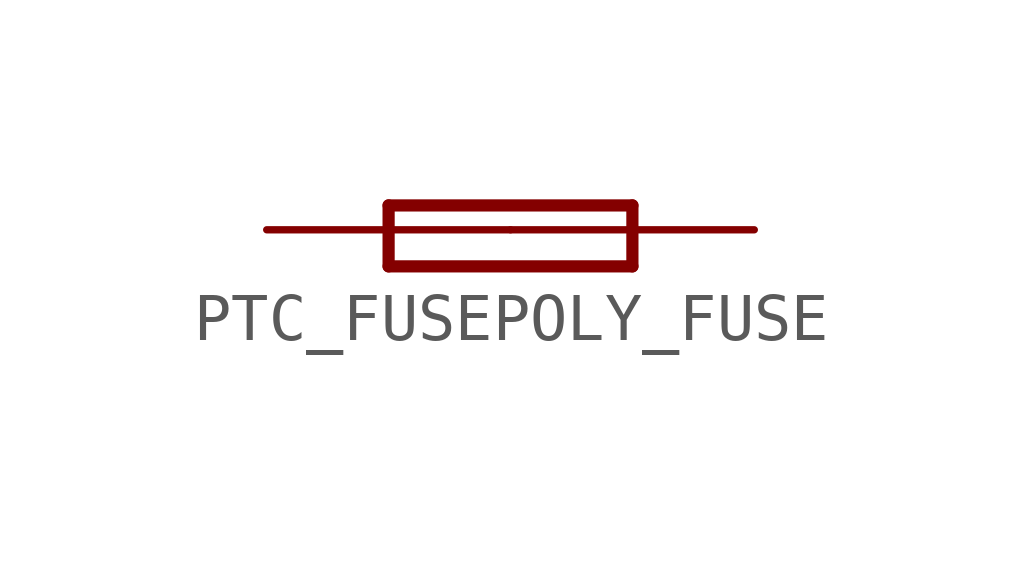
<source format=kicad_sym>
(kicad_symbol_lib
  (version 20220914)
  (generator kicad_symbol_editor)
  (symbol "PTC_FUSEPOLY_FUSE"
    (property "Reference" "F"
      (at 0 0 0)
      (effects (font (size 1.27 1.27)) hide))
    (property "ki_locked" ""
      (at 0 0 0)
      (effects (font (size 1.27 1.27))))
    (symbol "PTC_FUSEPOLY_FUSE_1_0"
      (polyline (pts (xy -2.54 -0.762) (xy 2.54 -0.762)) (stroke (width 0.254) (type solid)) (fill (type none)))
      (polyline (pts (xy -2.54 0.508) (xy -2.54 -0.762)) (stroke (width 0.254) (type solid)) (fill (type none)))
      (polyline (pts (xy 2.54 -0.762) (xy 2.54 0.508)) (stroke (width 0.254) (type solid)) (fill (type none)))
      (polyline (pts (xy 2.54 0.508) (xy -2.54 0.508)) (stroke (width 0.254) (type solid)) (fill (type none)))
      (pin bidirectional line (at -5.08 0 0) (length 5.08) (name "P$1" (effects (font (size 0 0)))) (number "1" (effects (font (size 0 0)))))
      (pin bidirectional line (at 5.08 0 180) (length 5.08) (name "P$2" (effects (font (size 0 0)))) (number "2" (effects (font (size 0 0))))))))
</source>
